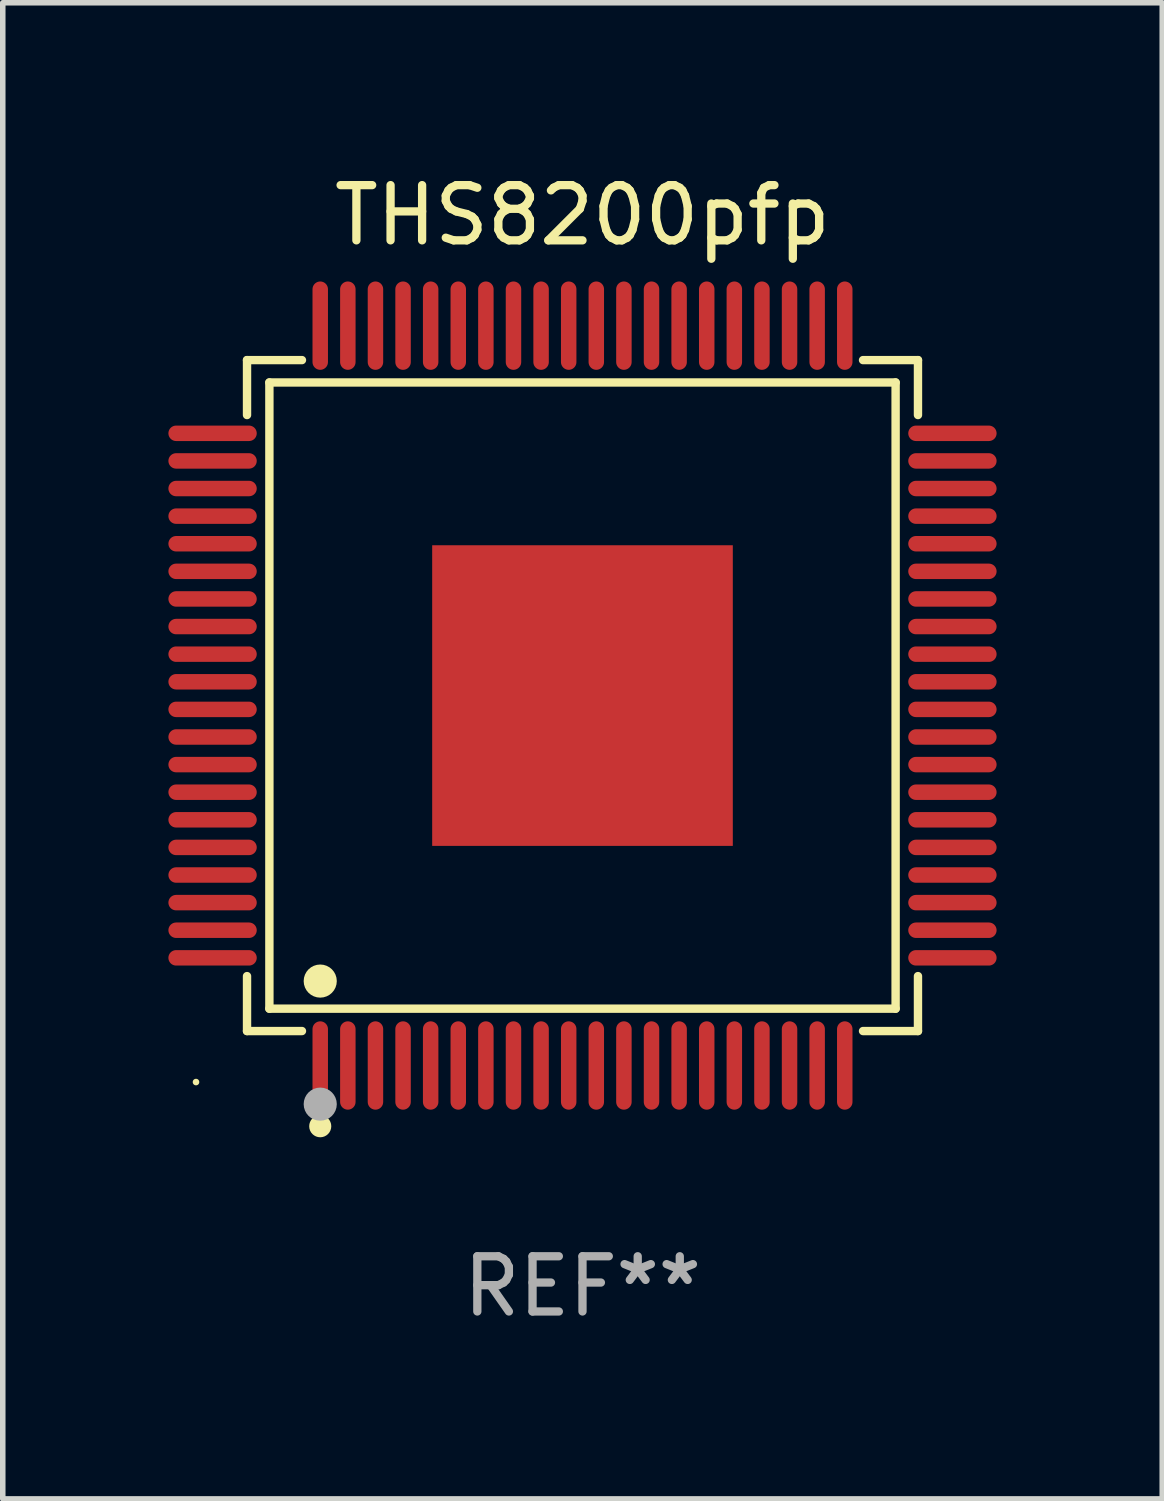
<source format=kicad_pcb>
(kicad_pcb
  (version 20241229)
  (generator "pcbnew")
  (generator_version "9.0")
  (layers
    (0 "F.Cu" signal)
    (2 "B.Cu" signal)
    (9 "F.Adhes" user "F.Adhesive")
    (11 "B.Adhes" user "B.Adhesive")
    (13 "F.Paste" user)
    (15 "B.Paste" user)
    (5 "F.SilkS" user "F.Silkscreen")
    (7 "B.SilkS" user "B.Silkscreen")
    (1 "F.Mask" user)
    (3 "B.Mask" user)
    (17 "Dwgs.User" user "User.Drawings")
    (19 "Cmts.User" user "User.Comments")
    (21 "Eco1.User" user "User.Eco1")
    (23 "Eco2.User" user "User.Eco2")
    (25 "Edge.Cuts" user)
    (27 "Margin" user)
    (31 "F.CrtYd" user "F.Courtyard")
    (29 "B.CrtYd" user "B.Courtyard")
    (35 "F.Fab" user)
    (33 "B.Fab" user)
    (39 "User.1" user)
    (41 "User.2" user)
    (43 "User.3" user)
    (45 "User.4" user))
  (footprint "THS8200pfp"
    (layer "F.Cu")
    (at 7.5 9.548)
    (property "Reference" "THS8200pfp" (at 0 -8.7 0) (layer "F.SilkS") (effects (font (size 1 1) (thickness 0.15))))
    (attr through_hole)
    (fp_line (start -6.076 -6.076) (end -5.081 -6.076) (stroke (width 0.152) (type solid)) (layer "F.SilkS"))
    (fp_line (start -6.076 -5.081) (end -6.076 -6.076) (stroke (width 0.152) (type solid)) (layer "F.SilkS"))
    (fp_line (start -6.076 5.081) (end -6.076 6.076) (stroke (width 0.152) (type solid)) (layer "F.SilkS"))
    (fp_line (start -6.076 6.076) (end -5.081 6.076) (stroke (width 0.152) (type solid)) (layer "F.SilkS"))
    (fp_line (start -5.671 -5.671) (end 5.671 -5.671) (stroke (width 0.152) (type solid)) (layer "F.SilkS"))
    (fp_line (start -5.671 5.671) (end -5.671 -5.671) (stroke (width 0.152) (type solid)) (layer "F.SilkS"))
    (fp_line (start 5.671 -5.671) (end 5.671 5.671) (stroke (width 0.152) (type solid)) (layer "F.SilkS"))
    (fp_line (start 5.671 5.671) (end -5.671 5.671) (stroke (width 0.152) (type solid)) (layer "F.SilkS"))
    (fp_line (start 6.076 -6.076) (end 5.081 -6.076) (stroke (width 0.152) (type solid)) (layer "F.SilkS"))
    (fp_line (start 6.076 -5.081) (end 6.076 -6.076) (stroke (width 0.152) (type solid)) (layer "F.SilkS"))
    (fp_line (start 6.076 5.081) (end 6.076 6.076) (stroke (width 0.152) (type solid)) (layer "F.SilkS"))
    (fp_line (start 6.076 6.076) (end 5.081 6.076) (stroke (width 0.152) (type solid)) (layer "F.SilkS"))
    (fp_circle (center -7 7) (end -6.97 7) (stroke (width 0.06) (type solid)) (fill no) (layer "F.SilkS"))
    (fp_circle (center -4.75 5.171) (end -4.6 5.171) (stroke (width 0.3) (type solid)) (fill no) (layer "F.SilkS"))
    (fp_circle (center -4.75 7.8) (end -4.65 7.8) (stroke (width 0.2) (type solid)) (fill no) (layer "F.SilkS"))
    (fp_circle (center -4.75 7.4) (end -4.6 7.4) (stroke (width 0.3) (type solid)) (fill no) (layer "F.Fab"))
    (fp_text user "REF**" (at 0 10.7 0) (layer "F.Fab") (effects (font (size 1 1) (thickness 0.15))))
    (pad "1" smd oval (at -4.75 6.7) (size 0.28 1.6) (layers "F.Cu" "F.Mask" "F.Paste"))
    (pad "2" smd oval (at -4.25 6.7) (size 0.28 1.6) (layers "F.Cu" "F.Mask" "F.Paste"))
    (pad "3" smd oval (at -3.75 6.7) (size 0.28 1.6) (layers "F.Cu" "F.Mask" "F.Paste"))
    (pad "4" smd oval (at -3.25 6.7) (size 0.28 1.6) (layers "F.Cu" "F.Mask" "F.Paste"))
    (pad "5" smd oval (at -2.75 6.7) (size 0.28 1.6) (layers "F.Cu" "F.Mask" "F.Paste"))
    (pad "6" smd oval (at -2.25 6.7) (size 0.28 1.6) (layers "F.Cu" "F.Mask" "F.Paste"))
    (pad "7" smd oval (at -1.75 6.7) (size 0.28 1.6) (layers "F.Cu" "F.Mask" "F.Paste"))
    (pad "8" smd oval (at -1.25 6.7) (size 0.28 1.6) (layers "F.Cu" "F.Mask" "F.Paste"))
    (pad "9" smd oval (at -0.75 6.7) (size 0.28 1.6) (layers "F.Cu" "F.Mask" "F.Paste"))
    (pad "10" smd oval (at -0.25 6.7) (size 0.28 1.6) (layers "F.Cu" "F.Mask" "F.Paste"))
    (pad "11" smd oval (at 0.25 6.7) (size 0.28 1.6) (layers "F.Cu" "F.Mask" "F.Paste"))
    (pad "12" smd oval (at 0.75 6.7) (size 0.28 1.6) (layers "F.Cu" "F.Mask" "F.Paste"))
    (pad "13" smd oval (at 1.25 6.7) (size 0.28 1.6) (layers "F.Cu" "F.Mask" "F.Paste"))
    (pad "14" smd oval (at 1.75 6.7) (size 0.28 1.6) (layers "F.Cu" "F.Mask" "F.Paste"))
    (pad "15" smd oval (at 2.25 6.7) (size 0.28 1.6) (layers "F.Cu" "F.Mask" "F.Paste"))
    (pad "16" smd oval (at 2.75 6.7) (size 0.28 1.6) (layers "F.Cu" "F.Mask" "F.Paste"))
    (pad "17" smd oval (at 3.25 6.7) (size 0.28 1.6) (layers "F.Cu" "F.Mask" "F.Paste"))
    (pad "18" smd oval (at 3.75 6.7) (size 0.28 1.6) (layers "F.Cu" "F.Mask" "F.Paste"))
    (pad "19" smd oval (at 4.25 6.7) (size 0.28 1.6) (layers "F.Cu" "F.Mask" "F.Paste"))
    (pad "20" smd oval (at 4.75 6.7) (size 0.28 1.6) (layers "F.Cu" "F.Mask" "F.Paste"))
    (pad "21" smd oval (at 6.7 4.75) (size 1.6 0.28) (layers "F.Cu" "F.Mask" "F.Paste"))
    (pad "22" smd oval (at 6.7 4.25) (size 1.6 0.28) (layers "F.Cu" "F.Mask" "F.Paste"))
    (pad "23" smd oval (at 6.7 3.75) (size 1.6 0.28) (layers "F.Cu" "F.Mask" "F.Paste"))
    (pad "24" smd oval (at 6.7 3.25) (size 1.6 0.28) (layers "F.Cu" "F.Mask" "F.Paste"))
    (pad "25" smd oval (at 6.7 2.75) (size 1.6 0.28) (layers "F.Cu" "F.Mask" "F.Paste"))
    (pad "26" smd oval (at 6.7 2.25) (size 1.6 0.28) (layers "F.Cu" "F.Mask" "F.Paste"))
    (pad "27" smd oval (at 6.7 1.75) (size 1.6 0.28) (layers "F.Cu" "F.Mask" "F.Paste"))
    (pad "28" smd oval (at 6.7 1.25) (size 1.6 0.28) (layers "F.Cu" "F.Mask" "F.Paste"))
    (pad "29" smd oval (at 6.7 0.75) (size 1.6 0.28) (layers "F.Cu" "F.Mask" "F.Paste"))
    (pad "30" smd oval (at 6.7 0.25) (size 1.6 0.28) (layers "F.Cu" "F.Mask" "F.Paste"))
    (pad "31" smd oval (at 6.7 -0.25) (size 1.6 0.28) (layers "F.Cu" "F.Mask" "F.Paste"))
    (pad "32" smd oval (at 6.7 -0.75) (size 1.6 0.28) (layers "F.Cu" "F.Mask" "F.Paste"))
    (pad "33" smd oval (at 6.7 -1.25) (size 1.6 0.28) (layers "F.Cu" "F.Mask" "F.Paste"))
    (pad "34" smd oval (at 6.7 -1.75) (size 1.6 0.28) (layers "F.Cu" "F.Mask" "F.Paste"))
    (pad "35" smd oval (at 6.7 -2.25) (size 1.6 0.28) (layers "F.Cu" "F.Mask" "F.Paste"))
    (pad "36" smd oval (at 6.7 -2.75) (size 1.6 0.28) (layers "F.Cu" "F.Mask" "F.Paste"))
    (pad "37" smd oval (at 6.7 -3.25) (size 1.6 0.28) (layers "F.Cu" "F.Mask" "F.Paste"))
    (pad "38" smd oval (at 6.7 -3.75) (size 1.6 0.28) (layers "F.Cu" "F.Mask" "F.Paste"))
    (pad "39" smd oval (at 6.7 -4.25) (size 1.6 0.28) (layers "F.Cu" "F.Mask" "F.Paste"))
    (pad "40" smd oval (at 6.7 -4.75) (size 1.6 0.28) (layers "F.Cu" "F.Mask" "F.Paste"))
    (pad "41" smd oval (at 4.75 -6.7) (size 0.28 1.6) (layers "F.Cu" "F.Mask" "F.Paste"))
    (pad "42" smd oval (at 4.25 -6.7) (size 0.28 1.6) (layers "F.Cu" "F.Mask" "F.Paste"))
    (pad "43" smd oval (at 3.75 -6.7) (size 0.28 1.6) (layers "F.Cu" "F.Mask" "F.Paste"))
    (pad "44" smd oval (at 3.25 -6.7) (size 0.28 1.6) (layers "F.Cu" "F.Mask" "F.Paste"))
    (pad "45" smd oval (at 2.75 -6.7) (size 0.28 1.6) (layers "F.Cu" "F.Mask" "F.Paste"))
    (pad "46" smd oval (at 2.25 -6.7) (size 0.28 1.6) (layers "F.Cu" "F.Mask" "F.Paste"))
    (pad "47" smd oval (at 1.75 -6.7) (size 0.28 1.6) (layers "F.Cu" "F.Mask" "F.Paste"))
    (pad "48" smd oval (at 1.25 -6.7) (size 0.28 1.6) (layers "F.Cu" "F.Mask" "F.Paste"))
    (pad "49" smd oval (at 0.75 -6.7) (size 0.28 1.6) (layers "F.Cu" "F.Mask" "F.Paste"))
    (pad "50" smd oval (at 0.25 -6.7) (size 0.28 1.6) (layers "F.Cu" "F.Mask" "F.Paste"))
    (pad "51" smd oval (at -0.25 -6.7) (size 0.28 1.6) (layers "F.Cu" "F.Mask" "F.Paste"))
    (pad "52" smd oval (at -0.75 -6.7) (size 0.28 1.6) (layers "F.Cu" "F.Mask" "F.Paste"))
    (pad "53" smd oval (at -1.25 -6.7) (size 0.28 1.6) (layers "F.Cu" "F.Mask" "F.Paste"))
    (pad "54" smd oval (at -1.75 -6.7) (size 0.28 1.6) (layers "F.Cu" "F.Mask" "F.Paste"))
    (pad "55" smd oval (at -2.25 -6.7) (size 0.28 1.6) (layers "F.Cu" "F.Mask" "F.Paste"))
    (pad "56" smd oval (at -2.75 -6.7) (size 0.28 1.6) (layers "F.Cu" "F.Mask" "F.Paste"))
    (pad "57" smd oval (at -3.25 -6.7) (size 0.28 1.6) (layers "F.Cu" "F.Mask" "F.Paste"))
    (pad "58" smd oval (at -3.75 -6.7) (size 0.28 1.6) (layers "F.Cu" "F.Mask" "F.Paste"))
    (pad "59" smd oval (at -4.25 -6.7) (size 0.28 1.6) (layers "F.Cu" "F.Mask" "F.Paste"))
    (pad "60" smd oval (at -4.75 -6.7) (size 0.28 1.6) (layers "F.Cu" "F.Mask" "F.Paste"))
    (pad "61" smd oval (at -6.7 -4.75) (size 1.6 0.28) (layers "F.Cu" "F.Mask" "F.Paste"))
    (pad "62" smd oval (at -6.7 -4.25) (size 1.6 0.28) (layers "F.Cu" "F.Mask" "F.Paste"))
    (pad "63" smd oval (at -6.7 -3.75) (size 1.6 0.28) (layers "F.Cu" "F.Mask" "F.Paste"))
    (pad "64" smd oval (at -6.7 -3.25) (size 1.6 0.28) (layers "F.Cu" "F.Mask" "F.Paste"))
    (pad "65" smd oval (at -6.7 -2.75) (size 1.6 0.28) (layers "F.Cu" "F.Mask" "F.Paste"))
    (pad "66" smd oval (at -6.7 -2.25) (size 1.6 0.28) (layers "F.Cu" "F.Mask" "F.Paste"))
    (pad "67" smd oval (at -6.7 -1.75) (size 1.6 0.28) (layers "F.Cu" "F.Mask" "F.Paste"))
    (pad "68" smd oval (at -6.7 -1.25) (size 1.6 0.28) (layers "F.Cu" "F.Mask" "F.Paste"))
    (pad "69" smd oval (at -6.7 -0.75) (size 1.6 0.28) (layers "F.Cu" "F.Mask" "F.Paste"))
    (pad "70" smd oval (at -6.7 -0.25) (size 1.6 0.28) (layers "F.Cu" "F.Mask" "F.Paste"))
    (pad "71" smd oval (at -6.7 0.25) (size 1.6 0.28) (layers "F.Cu" "F.Mask" "F.Paste"))
    (pad "72" smd oval (at -6.7 0.75) (size 1.6 0.28) (layers "F.Cu" "F.Mask" "F.Paste"))
    (pad "73" smd oval (at -6.7 1.25) (size 1.6 0.28) (layers "F.Cu" "F.Mask" "F.Paste"))
    (pad "74" smd oval (at -6.7 1.75) (size 1.6 0.28) (layers "F.Cu" "F.Mask" "F.Paste"))
    (pad "75" smd oval (at -6.7 2.25) (size 1.6 0.28) (layers "F.Cu" "F.Mask" "F.Paste"))
    (pad "76" smd oval (at -6.7 2.75) (size 1.6 0.28) (layers "F.Cu" "F.Mask" "F.Paste"))
    (pad "77" smd oval (at -6.7 3.25) (size 1.6 0.28) (layers "F.Cu" "F.Mask" "F.Paste"))
    (pad "78" smd oval (at -6.7 3.75) (size 1.6 0.28) (layers "F.Cu" "F.Mask" "F.Paste"))
    (pad "79" smd oval (at -6.7 4.25) (size 1.6 0.28) (layers "F.Cu" "F.Mask" "F.Paste"))
    (pad "80" smd oval (at -6.7 4.75) (size 1.6 0.28) (layers "F.Cu" "F.Mask" "F.Paste"))
    (pad "81" smd rect (at 0 0) (size 5.445 5.445) (layers "F.Cu" "F.Mask" "F.Paste")))
  (gr_rect
    (start -3 -3)
    (end 18 24.097)
    (stroke (width 0.1) (type default))
    (fill no)
    (layer "Edge.Cuts")))
</source>
